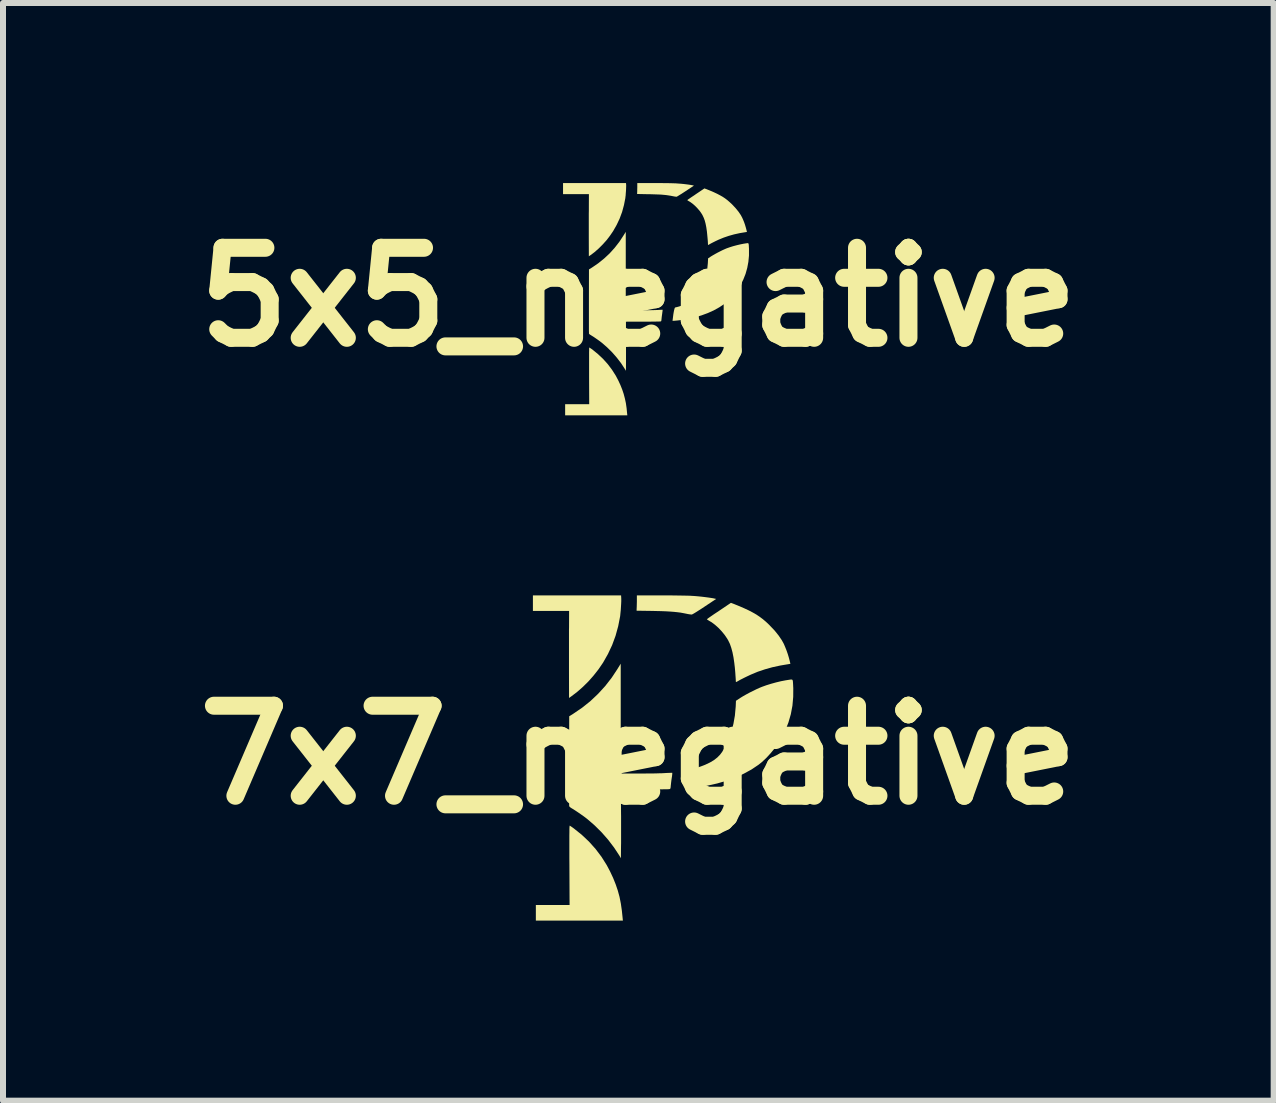
<source format=kicad_pcb>
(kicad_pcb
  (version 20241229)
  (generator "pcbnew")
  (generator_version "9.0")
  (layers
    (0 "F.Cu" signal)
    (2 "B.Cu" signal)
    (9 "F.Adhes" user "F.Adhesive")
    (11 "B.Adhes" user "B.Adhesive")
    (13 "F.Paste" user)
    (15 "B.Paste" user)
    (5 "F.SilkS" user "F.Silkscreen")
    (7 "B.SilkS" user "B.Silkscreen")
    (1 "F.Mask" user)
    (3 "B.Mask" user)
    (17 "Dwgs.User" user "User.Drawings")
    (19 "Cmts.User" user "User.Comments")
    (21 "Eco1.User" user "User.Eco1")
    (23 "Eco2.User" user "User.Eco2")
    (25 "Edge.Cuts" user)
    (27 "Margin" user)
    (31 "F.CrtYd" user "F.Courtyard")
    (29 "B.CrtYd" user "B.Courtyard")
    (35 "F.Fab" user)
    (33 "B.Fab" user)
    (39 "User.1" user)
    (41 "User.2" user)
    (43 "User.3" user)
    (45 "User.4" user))
  (footprint "7x7_negative"
    (layer "F.Cu")
    (at 7.586 9.53)
    (property "Reference" "7x7_negative" (at 0 0 0) (layer "F.SilkS") (effects (font (size 1.5 1.5) (thickness 0.3))))
    (attr board_only exclude_from_pos_files exclude_from_bom)
    (fp_poly (pts (xy -1.137 1.18) (xy -1.12 1.191) (xy -1.097 1.207) (xy -1.075 1.223) (xy -0.944 1.328) (xy -0.823 1.442) (xy -0.713 1.565) (xy -0.614 1.696) (xy -0.527 1.834) (xy -0.471 1.94) (xy -0.42 2.049) (xy -0.378 2.154) (xy -0.343 2.257) (xy -0.314 2.363) (xy -0.292 2.474) (xy -0.275 2.592) (xy -0.263 2.708) (xy -0.258 2.758) (xy -0.983 2.758) (xy -1.708 2.758) (xy -1.708 2.629) (xy -1.708 2.499) (xy -1.427 2.499) (xy -1.146 2.499) (xy -1.149 1.838) (xy -1.15 1.712) (xy -1.15 1.599) (xy -1.15 1.501) (xy -1.15 1.416) (xy -1.15 1.344) (xy -1.149 1.285) (xy -1.149 1.239) (xy -1.148 1.206) (xy -1.146 1.185) (xy -1.145 1.176) (xy -1.145 1.176)) (stroke (width 0) (type solid)) (fill yes) (layer "F.SilkS"))
    (fp_poly (pts (xy -0.286 -2.627) (xy -0.285 -2.6) (xy -0.285 -2.562) (xy -0.287 -2.517) (xy -0.29 -2.467) (xy -0.293 -2.417) (xy -0.298 -2.37) (xy -0.302 -2.328) (xy -0.304 -2.311) (xy -0.336 -2.147) (xy -0.38 -1.987) (xy -0.437 -1.832) (xy -0.507 -1.683) (xy -0.588 -1.54) (xy -0.663 -1.43) (xy -0.744 -1.327) (xy -0.832 -1.227) (xy -0.925 -1.135) (xy -1.021 -1.051) (xy -1.117 -0.978) (xy -1.124 -0.973) (xy -1.155 -0.951) (xy -1.156 -1.402) (xy -1.156 -1.49) (xy -1.156 -1.583) (xy -1.156 -1.677) (xy -1.156 -1.77) (xy -1.156 -1.86) (xy -1.156 -1.945) (xy -1.156 -2.022) (xy -1.156 -2.089) (xy -1.155 -2.127) (xy -1.154 -2.401) (xy -1.455 -2.401) (xy -1.757 -2.401) (xy -1.757 -2.531) (xy -1.757 -2.66) (xy -1.023 -2.66) (xy -0.288 -2.66)) (stroke (width 0) (type solid)) (fill yes) (layer "F.SilkS"))
    (fp_poly (pts (xy 0.364 -2.66) (xy 0.441 -2.66) (xy 0.518 -2.66) (xy 0.592 -2.659) (xy 0.663 -2.658) (xy 0.727 -2.657) (xy 0.783 -2.656) (xy 0.83 -2.655) (xy 0.866 -2.654) (xy 0.875 -2.653) (xy 0.93 -2.65) (xy 0.989 -2.645) (xy 1.049 -2.639) (xy 1.108 -2.632) (xy 1.162 -2.625) (xy 1.21 -2.618) (xy 1.247 -2.612) (xy 1.259 -2.609) (xy 1.296 -2.601) (xy 1.102 -2.472) (xy 1.054 -2.44) (xy 1.01 -2.412) (xy 0.971 -2.387) (xy 0.937 -2.366) (xy 0.911 -2.351) (xy 0.895 -2.343) (xy 0.89 -2.341) (xy 0.875 -2.342) (xy 0.85 -2.345) (xy 0.821 -2.35) (xy 0.812 -2.352) (xy 0.757 -2.363) (xy 0.703 -2.373) (xy 0.648 -2.38) (xy 0.589 -2.386) (xy 0.524 -2.391) (xy 0.453 -2.395) (xy 0.372 -2.398) (xy 0.279 -2.4) (xy 0.246 -2.401) (xy -0.03 -2.405) (xy -0.027 -2.475) (xy -0.026 -2.514) (xy -0.025 -2.555) (xy -0.025 -2.593) (xy -0.025 -2.603) (xy -0.025 -2.66)) (stroke (width 0) (type solid)) (fill yes) (layer "F.SilkS"))
    (fp_poly (pts (xy 1.574 -2.524) (xy 1.595 -2.516) (xy 1.624 -2.504) (xy 1.657 -2.491) (xy 1.673 -2.484) (xy 1.762 -2.446) (xy 1.839 -2.41) (xy 1.906 -2.375) (xy 1.967 -2.34) (xy 2.022 -2.303) (xy 2.074 -2.264) (xy 2.126 -2.22) (xy 2.179 -2.17) (xy 2.195 -2.153) (xy 2.272 -2.072) (xy 2.337 -1.991) (xy 2.39 -1.913) (xy 2.423 -1.853) (xy 2.445 -1.802) (xy 2.468 -1.744) (xy 2.49 -1.681) (xy 2.508 -1.621) (xy 2.522 -1.567) (xy 2.533 -1.52) (xy 2.511 -1.516) (xy 2.367 -1.492) (xy 2.233 -1.463) (xy 2.108 -1.428) (xy 1.989 -1.388) (xy 1.874 -1.34) (xy 1.802 -1.306) (xy 1.763 -1.287) (xy 1.726 -1.268) (xy 1.694 -1.252) (xy 1.67 -1.238) (xy 1.661 -1.233) (xy 1.641 -1.222) (xy 1.63 -1.217) (xy 1.625 -1.218) (xy 1.624 -1.225) (xy 1.624 -1.227) (xy 1.623 -1.25) (xy 1.621 -1.284) (xy 1.618 -1.325) (xy 1.615 -1.37) (xy 1.611 -1.417) (xy 1.607 -1.462) (xy 1.602 -1.502) (xy 1.599 -1.53) (xy 1.585 -1.627) (xy 1.568 -1.712) (xy 1.548 -1.786) (xy 1.525 -1.852) (xy 1.497 -1.91) (xy 1.48 -1.939) (xy 1.438 -2.001) (xy 1.388 -2.062) (xy 1.334 -2.119) (xy 1.277 -2.17) (xy 1.221 -2.212) (xy 1.19 -2.23) (xy 1.167 -2.244) (xy 1.15 -2.255) (xy 1.142 -2.262) (xy 1.141 -2.262) (xy 1.147 -2.267) (xy 1.163 -2.279) (xy 1.188 -2.297) (xy 1.22 -2.319) (xy 1.259 -2.346) (xy 1.303 -2.375) (xy 1.342 -2.401) (xy 1.542 -2.536)) (stroke (width 0) (type solid)) (fill yes) (layer "F.SilkS"))
    (fp_poly (pts (xy 2.564 -1.255) (xy 2.57 -1.247) (xy 2.574 -1.232) (xy 2.576 -1.209) (xy 2.578 -1.175) (xy 2.58 -1.129) (xy 2.581 -1.12) (xy 2.58 -0.97) (xy 2.567 -0.823) (xy 2.54 -0.68) (xy 2.5 -0.542) (xy 2.447 -0.407) (xy 2.39 -0.293) (xy 2.334 -0.201) (xy 2.271 -0.112) (xy 2.202 -0.028) (xy 2.13 0.05) (xy 2.057 0.118) (xy 2.002 0.162) (xy 1.886 0.24) (xy 1.758 0.31) (xy 1.62 0.373) (xy 1.472 0.427) (xy 1.315 0.473) (xy 1.15 0.51) (xy 1.106 0.518) (xy 1.062 0.525) (xy 1.015 0.532) (xy 0.966 0.539) (xy 0.92 0.545) (xy 0.878 0.549) (xy 0.845 0.552) (xy 0.824 0.553) (xy 0.797 0.553) (xy 0.802 0.513) (xy 0.809 0.455) (xy 0.817 0.4) (xy 0.825 0.351) (xy 0.834 0.309) (xy 0.842 0.277) (xy 0.849 0.254) (xy 0.855 0.244) (xy 0.868 0.24) (xy 0.886 0.235) (xy 0.889 0.235) (xy 0.918 0.228) (xy 0.956 0.217) (xy 0.999 0.204) (xy 1.043 0.189) (xy 1.085 0.173) (xy 1.115 0.161) (xy 1.193 0.124) (xy 1.26 0.084) (xy 1.315 0.041) (xy 1.362 -0.007) (xy 1.397 -0.054) (xy 1.457 -0.157) (xy 1.509 -0.27) (xy 1.551 -0.392) (xy 1.584 -0.521) (xy 1.608 -0.657) (xy 1.621 -0.798) (xy 1.622 -0.811) (xy 1.626 -0.904) (xy 1.697 -0.951) (xy 1.739 -0.977) (xy 1.79 -1.006) (xy 1.847 -1.037) (xy 1.907 -1.067) (xy 1.966 -1.096) (xy 2.019 -1.12) (xy 2.058 -1.136) (xy 2.13 -1.162) (xy 2.21 -1.187) (xy 2.293 -1.21) (xy 2.376 -1.23) (xy 2.454 -1.245) (xy 2.524 -1.256) (xy 2.528 -1.257) (xy 2.544 -1.258) (xy 2.555 -1.258)) (stroke (width 0) (type solid)) (fill yes) (layer "F.SilkS"))
    (fp_poly (pts (xy -0.294 -0.607) (xy -0.294 0.308) (xy 0.019 0.308) (xy 0.089 0.308) (xy 0.159 0.307) (xy 0.227 0.307) (xy 0.291 0.306) (xy 0.348 0.304) (xy 0.397 0.303) (xy 0.434 0.301) (xy 0.447 0.3) (xy 0.485 0.298) (xy 0.519 0.297) (xy 0.545 0.296) (xy 0.561 0.296) (xy 0.565 0.296) (xy 0.565 0.304) (xy 0.564 0.323) (xy 0.561 0.35) (xy 0.557 0.376) (xy 0.551 0.415) (xy 0.546 0.455) (xy 0.542 0.492) (xy 0.54 0.508) (xy 0.538 0.535) (xy 0.535 0.552) (xy 0.531 0.561) (xy 0.524 0.566) (xy 0.515 0.568) (xy 0.504 0.569) (xy 0.48 0.57) (xy 0.446 0.57) (xy 0.401 0.571) (xy 0.347 0.572) (xy 0.287 0.572) (xy 0.22 0.573) (xy 0.149 0.573) (xy 0.102 0.573) (xy -0.291 0.574) (xy -0.289 0.94) (xy -0.288 1.019) (xy -0.288 1.101) (xy -0.288 1.184) (xy -0.288 1.265) (xy -0.288 1.341) (xy -0.288 1.41) (xy -0.288 1.47) (xy -0.289 1.512) (xy -0.291 1.719) (xy -0.318 1.673) (xy -0.405 1.541) (xy -0.504 1.411) (xy -0.612 1.288) (xy -0.728 1.173) (xy -0.849 1.068) (xy -0.872 1.05) (xy -0.909 1.022) (xy -0.953 0.991) (xy -0.999 0.959) (xy -1.044 0.929) (xy -1.084 0.903) (xy -1.118 0.883) (xy -1.12 0.881) (xy -1.138 0.869) (xy -1.15 0.856) (xy -1.152 0.851) (xy -1.153 0.842) (xy -1.153 0.82) (xy -1.153 0.786) (xy -1.154 0.741) (xy -1.154 0.685) (xy -1.154 0.621) (xy -1.154 0.547) (xy -1.154 0.467) (xy -1.154 0.38) (xy -1.154 0.287) (xy -1.154 0.189) (xy -1.154 0.095) (xy -1.152 -0.646) (xy -1.083 -0.689) (xy -0.935 -0.79) (xy -0.798 -0.9) (xy -0.671 -1.02) (xy -0.553 -1.149) (xy -0.444 -1.289) (xy -0.354 -1.425) (xy -0.294 -1.522)) (stroke (width 0) (type solid)) (fill yes) (layer "F.SilkS")))
  (footprint "5x5_negative"
    (layer "F.Cu")
    (at 7.586 1.9)
    (property "Reference" "5x5_negative" (at 0 0 0) (layer "F.SilkS") (effects (font (size 1.5 1.5) (thickness 0.3))))
    (attr board_only exclude_from_pos_files exclude_from_bom)
    (fp_poly (pts (xy -0.812 0.843) (xy -0.8 0.851) (xy -0.783 0.862) (xy -0.767 0.873) (xy -0.674 0.949) (xy -0.588 1.03) (xy -0.509 1.118) (xy -0.439 1.211) (xy -0.376 1.31) (xy -0.336 1.386) (xy -0.3 1.463) (xy -0.27 1.538) (xy -0.245 1.612) (xy -0.225 1.688) (xy -0.208 1.767) (xy -0.196 1.851) (xy -0.188 1.934) (xy -0.184 1.97) (xy -0.702 1.97) (xy -1.22 1.97) (xy -1.22 1.877) (xy -1.22 1.785) (xy -1.019 1.785) (xy -0.819 1.785) (xy -0.821 1.312) (xy -0.821 1.222) (xy -0.821 1.142) (xy -0.821 1.072) (xy -0.821 1.011) (xy -0.821 0.96) (xy -0.821 0.918) (xy -0.82 0.885) (xy -0.82 0.861) (xy -0.819 0.846) (xy -0.818 0.84) (xy -0.818 0.84)) (stroke (width 0) (type solid)) (fill yes) (layer "F.SilkS"))
    (fp_poly (pts (xy -0.204 -1.876) (xy -0.203 -1.857) (xy -0.204 -1.83) (xy -0.205 -1.797) (xy -0.207 -1.762) (xy -0.21 -1.726) (xy -0.212 -1.693) (xy -0.216 -1.663) (xy -0.217 -1.65) (xy -0.24 -1.533) (xy -0.271 -1.419) (xy -0.312 -1.308) (xy -0.362 -1.202) (xy -0.42 -1.1) (xy -0.474 -1.021) (xy -0.531 -0.947) (xy -0.594 -0.877) (xy -0.661 -0.81) (xy -0.729 -0.75) (xy -0.798 -0.698) (xy -0.803 -0.695) (xy -0.825 -0.68) (xy -0.826 -1.001) (xy -0.826 -1.064) (xy -0.826 -1.13) (xy -0.826 -1.197) (xy -0.826 -1.264) (xy -0.826 -1.329) (xy -0.826 -1.389) (xy -0.825 -1.444) (xy -0.825 -1.492) (xy -0.825 -1.519) (xy -0.824 -1.715) (xy -1.039 -1.715) (xy -1.255 -1.715) (xy -1.255 -1.808) (xy -1.255 -1.9) (xy -0.731 -1.9) (xy -0.206 -1.9)) (stroke (width 0) (type solid)) (fill yes) (layer "F.SilkS"))
    (fp_poly (pts (xy 0.26 -1.9) (xy 0.315 -1.9) (xy 0.37 -1.9) (xy 0.423 -1.899) (xy 0.473 -1.899) (xy 0.519 -1.898) (xy 0.56 -1.897) (xy 0.593 -1.896) (xy 0.618 -1.895) (xy 0.625 -1.895) (xy 0.664 -1.892) (xy 0.706 -1.889) (xy 0.749 -1.885) (xy 0.791 -1.88) (xy 0.83 -1.875) (xy 0.864 -1.87) (xy 0.891 -1.865) (xy 0.899 -1.864) (xy 0.926 -1.857) (xy 0.787 -1.765) (xy 0.753 -1.743) (xy 0.721 -1.722) (xy 0.693 -1.705) (xy 0.669 -1.69) (xy 0.651 -1.679) (xy 0.639 -1.673) (xy 0.635 -1.672) (xy 0.625 -1.673) (xy 0.607 -1.675) (xy 0.587 -1.679) (xy 0.58 -1.68) (xy 0.541 -1.688) (xy 0.502 -1.694) (xy 0.462 -1.7) (xy 0.42 -1.704) (xy 0.375 -1.708) (xy 0.323 -1.71) (xy 0.266 -1.712) (xy 0.2 -1.714) (xy 0.176 -1.714) (xy -0.021 -1.718) (xy -0.019 -1.768) (xy -0.019 -1.795) (xy -0.018 -1.825) (xy -0.018 -1.852) (xy -0.018 -1.859) (xy -0.018 -1.9)) (stroke (width 0) (type solid)) (fill yes) (layer "F.SilkS"))
    (fp_poly (pts (xy 1.124 -1.802) (xy 1.139 -1.797) (xy 1.16 -1.788) (xy 1.183 -1.779) (xy 1.195 -1.774) (xy 1.258 -1.747) (xy 1.313 -1.721) (xy 1.361 -1.696) (xy 1.405 -1.671) (xy 1.444 -1.645) (xy 1.481 -1.617) (xy 1.518 -1.585) (xy 1.556 -1.55) (xy 1.568 -1.538) (xy 1.622 -1.48) (xy 1.669 -1.422) (xy 1.707 -1.366) (xy 1.73 -1.323) (xy 1.746 -1.287) (xy 1.763 -1.245) (xy 1.778 -1.201) (xy 1.791 -1.157) (xy 1.801 -1.119) (xy 1.809 -1.085) (xy 1.793 -1.083) (xy 1.69 -1.066) (xy 1.595 -1.045) (xy 1.506 -1.02) (xy 1.421 -0.991) (xy 1.338 -0.957) (xy 1.287 -0.933) (xy 1.259 -0.919) (xy 1.233 -0.906) (xy 1.21 -0.894) (xy 1.192 -0.884) (xy 1.186 -0.881) (xy 1.172 -0.872) (xy 1.164 -0.869) (xy 1.161 -0.87) (xy 1.16 -0.875) (xy 1.16 -0.876) (xy 1.159 -0.893) (xy 1.158 -0.917) (xy 1.156 -0.946) (xy 1.153 -0.979) (xy 1.15 -1.012) (xy 1.147 -1.044) (xy 1.144 -1.073) (xy 1.142 -1.093) (xy 1.132 -1.162) (xy 1.12 -1.223) (xy 1.106 -1.276) (xy 1.089 -1.322) (xy 1.069 -1.364) (xy 1.057 -1.385) (xy 1.027 -1.429) (xy 0.991 -1.472) (xy 0.952 -1.513) (xy 0.912 -1.549) (xy 0.872 -1.579) (xy 0.85 -1.593) (xy 0.834 -1.602) (xy 0.822 -1.61) (xy 0.815 -1.615) (xy 0.815 -1.616) (xy 0.819 -1.619) (xy 0.83 -1.628) (xy 0.848 -1.64) (xy 0.871 -1.656) (xy 0.899 -1.675) (xy 0.931 -1.696) (xy 0.958 -1.715) (xy 1.101 -1.811)) (stroke (width 0) (type solid)) (fill yes) (layer "F.SilkS"))
    (fp_poly (pts (xy 1.831 -0.897) (xy 1.835 -0.891) (xy 1.838 -0.88) (xy 1.84 -0.863) (xy 1.841 -0.839) (xy 1.843 -0.806) (xy 1.843 -0.8) (xy 1.843 -0.693) (xy 1.833 -0.588) (xy 1.814 -0.486) (xy 1.786 -0.387) (xy 1.748 -0.291) (xy 1.707 -0.209) (xy 1.667 -0.144) (xy 1.622 -0.08) (xy 1.573 -0.02) (xy 1.521 0.036) (xy 1.469 0.085) (xy 1.43 0.116) (xy 1.347 0.171) (xy 1.255 0.222) (xy 1.157 0.266) (xy 1.051 0.305) (xy 0.939 0.338) (xy 0.821 0.364) (xy 0.79 0.37) (xy 0.759 0.375) (xy 0.725 0.38) (xy 0.69 0.385) (xy 0.657 0.389) (xy 0.627 0.392) (xy 0.604 0.394) (xy 0.589 0.395) (xy 0.569 0.395) (xy 0.573 0.366) (xy 0.578 0.325) (xy 0.583 0.286) (xy 0.589 0.251) (xy 0.595 0.221) (xy 0.601 0.198) (xy 0.606 0.182) (xy 0.611 0.175) (xy 0.62 0.171) (xy 0.633 0.168) (xy 0.635 0.168) (xy 0.655 0.163) (xy 0.683 0.155) (xy 0.713 0.145) (xy 0.745 0.135) (xy 0.775 0.124) (xy 0.796 0.115) (xy 0.852 0.088) (xy 0.9 0.06) (xy 0.939 0.029) (xy 0.973 -0.005) (xy 0.998 -0.038) (xy 1.041 -0.112) (xy 1.077 -0.193) (xy 1.108 -0.28) (xy 1.131 -0.372) (xy 1.148 -0.469) (xy 1.158 -0.57) (xy 1.158 -0.579) (xy 1.162 -0.646) (xy 1.212 -0.679) (xy 1.242 -0.697) (xy 1.278 -0.718) (xy 1.319 -0.74) (xy 1.362 -0.762) (xy 1.404 -0.783) (xy 1.442 -0.8) (xy 1.47 -0.812) (xy 1.521 -0.83) (xy 1.578 -0.848) (xy 1.638 -0.864) (xy 1.697 -0.878) (xy 1.752 -0.889) (xy 1.802 -0.897) (xy 1.806 -0.897) (xy 1.817 -0.899) (xy 1.825 -0.899)) (stroke (width 0) (type solid)) (fill yes) (layer "F.SilkS"))
    (fp_poly (pts (xy -0.21 -0.433) (xy -0.21 0.22) (xy 0.014 0.22) (xy 0.064 0.22) (xy 0.114 0.22) (xy 0.162 0.219) (xy 0.208 0.218) (xy 0.249 0.217) (xy 0.283 0.216) (xy 0.31 0.215) (xy 0.319 0.215) (xy 0.347 0.213) (xy 0.371 0.212) (xy 0.389 0.211) (xy 0.401 0.211) (xy 0.403 0.212) (xy 0.404 0.217) (xy 0.403 0.231) (xy 0.4 0.25) (xy 0.398 0.268) (xy 0.394 0.296) (xy 0.39 0.325) (xy 0.387 0.352) (xy 0.386 0.362) (xy 0.384 0.382) (xy 0.382 0.394) (xy 0.379 0.401) (xy 0.374 0.404) (xy 0.367 0.406) (xy 0.36 0.406) (xy 0.343 0.407) (xy 0.318 0.407) (xy 0.286 0.408) (xy 0.248 0.408) (xy 0.205 0.409) (xy 0.157 0.409) (xy 0.106 0.409) (xy 0.072 0.409) (xy -0.207 0.41) (xy -0.206 0.671) (xy -0.206 0.728) (xy -0.206 0.786) (xy -0.206 0.846) (xy -0.206 0.903) (xy -0.206 0.958) (xy -0.206 1.007) (xy -0.206 1.05) (xy -0.206 1.08) (xy -0.207 1.228) (xy -0.227 1.195) (xy -0.289 1.1) (xy -0.36 1.008) (xy -0.437 0.92) (xy -0.52 0.838) (xy -0.606 0.763) (xy -0.623 0.75) (xy -0.649 0.73) (xy -0.68 0.708) (xy -0.713 0.685) (xy -0.745 0.663) (xy -0.774 0.645) (xy -0.798 0.63) (xy -0.8 0.629) (xy -0.813 0.62) (xy -0.821 0.611) (xy -0.823 0.608) (xy -0.823 0.601) (xy -0.823 0.586) (xy -0.824 0.561) (xy -0.824 0.529) (xy -0.824 0.49) (xy -0.824 0.443) (xy -0.824 0.391) (xy -0.824 0.333) (xy -0.824 0.271) (xy -0.824 0.205) (xy -0.824 0.135) (xy -0.824 0.068) (xy -0.823 -0.461) (xy -0.773 -0.492) (xy -0.668 -0.564) (xy -0.57 -0.643) (xy -0.479 -0.728) (xy -0.395 -0.821) (xy -0.317 -0.921) (xy -0.253 -1.018) (xy -0.21 -1.087)) (stroke (width 0) (type solid)) (fill yes) (layer "F.SilkS")))
  (gr_rect
    (start -3 -3)
    (end 18.171 15.289)
    (stroke (width 0.1) (type default))
    (fill no)
    (layer "Edge.Cuts")))
</source>
